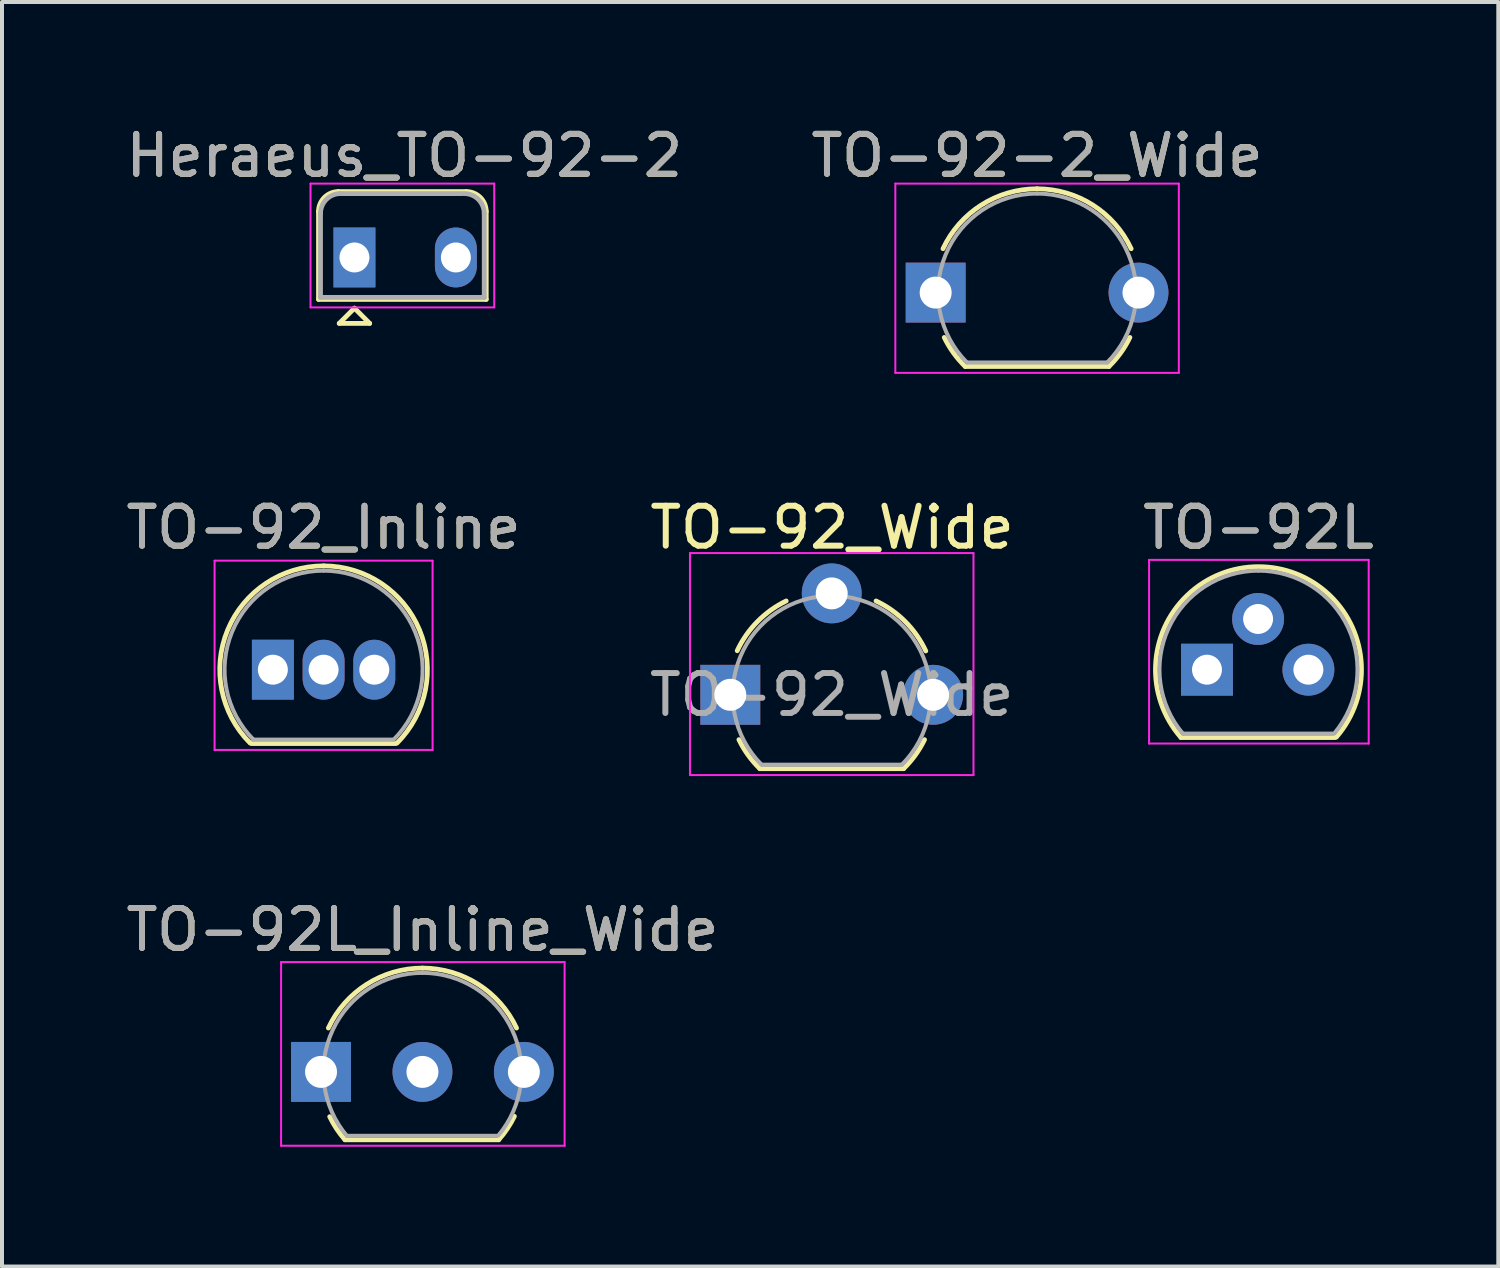
<source format=kicad_pcb>
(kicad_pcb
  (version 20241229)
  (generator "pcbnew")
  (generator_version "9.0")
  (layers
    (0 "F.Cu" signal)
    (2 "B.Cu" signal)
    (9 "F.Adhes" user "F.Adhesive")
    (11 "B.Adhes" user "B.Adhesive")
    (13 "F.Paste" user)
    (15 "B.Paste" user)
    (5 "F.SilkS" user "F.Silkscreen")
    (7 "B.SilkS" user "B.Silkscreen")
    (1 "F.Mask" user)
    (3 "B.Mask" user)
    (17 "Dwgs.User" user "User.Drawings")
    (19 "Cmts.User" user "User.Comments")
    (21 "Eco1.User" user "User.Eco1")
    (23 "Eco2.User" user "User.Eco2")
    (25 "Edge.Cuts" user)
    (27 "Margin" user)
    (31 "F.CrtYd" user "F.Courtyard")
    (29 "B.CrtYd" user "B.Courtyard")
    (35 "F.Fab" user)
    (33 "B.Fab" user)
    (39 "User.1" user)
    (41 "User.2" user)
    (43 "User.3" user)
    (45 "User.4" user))
  (footprint "Heraeus_TO-92-2"
    (layer "F.Cu")
    (at 5.827 3.398)
    (property "Reference" "Heraeus_TO-92-2" (at 1.25 -2.55 0) (layer "F.SilkS") (effects (font (size 1 1) (thickness 0.15))))
    (attr through_hole)
    (fp_line (start -0.9 1.05) (end -0.9 -1.15) (stroke (width 0.12) (type solid)) (layer "F.SilkS"))
    (fp_line (start -0.4 -1.65) (end 2.8 -1.65) (stroke (width 0.12) (type solid)) (layer "F.SilkS"))
    (fp_line (start -0.381 1.651) (end 0.381 1.651) (stroke (width 0.12) (type solid)) (layer "F.SilkS"))
    (fp_line (start 0 1.27) (end -0.381 1.651) (stroke (width 0.12) (type solid)) (layer "F.SilkS"))
    (fp_line (start 0.381 1.651) (end 0 1.27) (stroke (width 0.12) (type solid)) (layer "F.SilkS"))
    (fp_line (start 3.3 -1.15) (end 3.3 1.05) (stroke (width 0.12) (type solid)) (layer "F.SilkS"))
    (fp_line (start 3.3 1.05) (end -0.9 1.05) (stroke (width 0.12) (type solid)) (layer "F.SilkS"))
    (fp_arc (start -0.9 -1.15) (mid -0.753553 -1.503553) (end -0.4 -1.65) (stroke (width 0.12) (type solid)) (layer "F.SilkS"))
    (fp_arc (start 2.8 -1.65) (mid 3.153553 -1.503553) (end 3.3 -1.15) (stroke (width 0.12) (type solid)) (layer "F.SilkS"))
    (fp_line (start -1.1 -1.85) (end -1.1 1.25) (stroke (width 0.05) (type solid)) (layer "F.CrtYd"))
    (fp_line (start -1.1 1.25) (end 3.5 1.25) (stroke (width 0.05) (type solid)) (layer "F.CrtYd"))
    (fp_line (start 3.5 -1.85) (end -1.1 -1.85) (stroke (width 0.05) (type solid)) (layer "F.CrtYd"))
    (fp_line (start 3.5 1.25) (end 3.5 -1.85) (stroke (width 0.05) (type solid)) (layer "F.CrtYd"))
    (fp_line (start -0.85 -1.1) (end -0.85 1) (stroke (width 0.12) (type solid)) (layer "F.Fab"))
    (fp_line (start -0.85 1) (end 3.25 1) (stroke (width 0.12) (type solid)) (layer "F.Fab"))
    (fp_line (start 2.7 -1.6) (end -0.35 -1.6) (stroke (width 0.12) (type solid)) (layer "F.Fab"))
    (fp_line (start 3.25 1) (end 3.25 -1.1) (stroke (width 0.12) (type solid)) (layer "F.Fab"))
    (fp_arc (start -0.85 -1.1) (mid -0.703553 -1.453553) (end -0.35 -1.6) (stroke (width 0.12) (type solid)) (layer "F.Fab"))
    (fp_arc (start 2.75 -1.6) (mid 3.103553 -1.453553) (end 3.25 -1.1) (stroke (width 0.12) (type solid)) (layer "F.Fab"))
    (fp_text user "${REFERENCE}" (at 1.25 -2.55 0) (layer "F.Fab") (effects (font (size 1 1) (thickness 0.15))))
    (pad "1" thru_hole rect (at 0 0 180) (size 1.05 1.5) (drill 0.75) (layers "*.Cu" "*.Mask"))
    (pad "2" thru_hole oval (at 2.54 0 180) (size 1.05 1.5) (drill 0.75) (layers "*.Cu" "*.Mask")))
  (footprint "TO-92_Inline"
    (layer "F.Cu")
    (at 3.784 13.722)
    (property "Reference" "TO-92_Inline" (at 1.27 -3.56 0) (layer "F.SilkS") (effects (font (size 1 1) (thickness 0.15))))
    (attr through_hole)
    (fp_line (start -0.53 1.85) (end 3.07 1.85) (stroke (width 0.12) (type solid)) (layer "F.SilkS"))
    (fp_arc (start -0.568478 1.838478) (mid -1.132087 -0.994977) (end 1.27 -2.6) (stroke (width 0.12) (type solid)) (layer "F.SilkS"))
    (fp_arc (start 1.27 -2.6) (mid 3.672087 -0.994977) (end 3.108478 1.838478) (stroke (width 0.12) (type solid)) (layer "F.SilkS"))
    (fp_line (start -1.46 -2.73) (end -1.46 2.01) (stroke (width 0.05) (type solid)) (layer "F.CrtYd"))
    (fp_line (start -1.46 -2.73) (end 4 -2.73) (stroke (width 0.05) (type solid)) (layer "F.CrtYd"))
    (fp_line (start 4 2.01) (end -1.46 2.01) (stroke (width 0.05) (type solid)) (layer "F.CrtYd"))
    (fp_line (start 4 2.01) (end 4 -2.73) (stroke (width 0.05) (type solid)) (layer "F.CrtYd"))
    (fp_line (start -0.5 1.75) (end 3 1.75) (stroke (width 0.1) (type solid)) (layer "F.Fab"))
    (fp_arc (start -0.483625 1.753625) (mid -1.021221 -0.949055) (end 1.27 -2.48) (stroke (width 0.1) (type solid)) (layer "F.Fab"))
    (fp_arc (start 1.27 -2.48) (mid 3.561221 -0.949055) (end 3.023625 1.753625) (stroke (width 0.1) (type solid)) (layer "F.Fab"))
    (fp_text user "${REFERENCE}" (at 1.27 -3.56 0) (layer "F.Fab") (effects (font (size 1 1) (thickness 0.15))))
    (pad "1" thru_hole rect (at 0 0) (size 1.05 1.5) (drill 0.75) (layers "*.Cu" "*.Mask"))
    (pad "2" thru_hole oval (at 1.27 0) (size 1.05 1.5) (drill 0.75) (layers "*.Cu" "*.Mask"))
    (pad "3" thru_hole oval (at 2.54 0) (size 1.05 1.5) (drill 0.75) (layers "*.Cu" "*.Mask")))
  (footprint "TO-92L"
    (layer "F.Cu")
    (at 27.178 13.722)
    (property "Reference" "TO-92L" (at 1.29 -3.56 0) (layer "F.SilkS") (effects (font (size 1 1) (thickness 0.15))))
    (attr through_hole)
    (fp_line (start -0.65 1.7) (end 3.2 1.7) (stroke (width 0.12) (type solid)) (layer "F.SilkS"))
    (fp_arc (start -0.65 1.7) (mid 1.283448 -2.579449) (end 3.238611 1.690122) (stroke (width 0.12) (type solid)) (layer "F.SilkS"))
    (fp_line (start -1.45 -2.75) (end -1.45 1.85) (stroke (width 0.05) (type solid)) (layer "F.CrtYd"))
    (fp_line (start -1.45 -2.75) (end 4.05 -2.75) (stroke (width 0.05) (type solid)) (layer "F.CrtYd"))
    (fp_line (start 4.05 1.85) (end -1.45 1.85) (stroke (width 0.05) (type solid)) (layer "F.CrtYd"))
    (fp_line (start 4.05 1.85) (end 4.05 -2.75) (stroke (width 0.05) (type solid)) (layer "F.CrtYd"))
    (fp_line (start -0.6 1.6) (end 3.15 1.6) (stroke (width 0.1) (type solid)) (layer "F.Fab"))
    (fp_arc (start -0.602818 1.602385) (mid -0.959924 -1.043188) (end 1.29 -2.48) (stroke (width 0.1) (type solid)) (layer "F.Fab"))
    (fp_arc (start 1.29 -2.48) (mid 3.537211 -1.049019) (end 3.191103 1.592547) (stroke (width 0.1) (type solid)) (layer "F.Fab"))
    (fp_text user "${REFERENCE}" (at 1.29 -3.56 0) (layer "F.Fab") (effects (font (size 1 1) (thickness 0.15))))
    (pad "1" thru_hole rect (at 0 0 90) (size 1.3 1.3) (drill 0.75) (layers "*.Cu" "*.Mask"))
    (pad "2" thru_hole circle (at 1.28 -1.27 90) (size 1.3 1.3) (drill 0.75) (layers "*.Cu" "*.Mask"))
    (pad "3" thru_hole circle (at 2.54 0 90) (size 1.3 1.3) (drill 0.75) (layers "*.Cu" "*.Mask")))
  (footprint "TO-92-2_Wide"
    (layer "F.Cu")
    (at 20.383 4.278)
    (property "Reference" "TO-92-2_Wide" (at 2.54 -3.43 0) (layer "F.SilkS") (effects (font (size 1 1) (thickness 0.15))))
    (attr through_hole)
    (fp_line (start 0.74 1.85) (end 4.34 1.85) (stroke (width 0.12) (type solid)) (layer "F.SilkS"))
    (fp_arc (start 0.1836 -1.098807) (mid 1.143021 -2.192817) (end 2.54 -2.6) (stroke (width 0.12) (type solid)) (layer "F.SilkS"))
    (fp_arc (start 0.74 1.85) (mid 0.446097 1.509328) (end 0.215816 1.122795) (stroke (width 0.12) (type solid)) (layer "F.SilkS"))
    (fp_arc (start 2.54 -2.6) (mid 3.936979 -2.192818) (end 4.8964 -1.098807) (stroke (width 0.12) (type solid)) (layer "F.SilkS"))
    (fp_arc (start 4.864184 1.122795) (mid 4.633903 1.509328) (end 4.34 1.85) (stroke (width 0.12) (type solid)) (layer "F.SilkS"))
    (fp_line (start -1.01 -2.73) (end -1.01 2.01) (stroke (width 0.05) (type solid)) (layer "F.CrtYd"))
    (fp_line (start -1.01 -2.73) (end 6.09 -2.73) (stroke (width 0.05) (type solid)) (layer "F.CrtYd"))
    (fp_line (start 6.09 2.01) (end -1.01 2.01) (stroke (width 0.05) (type solid)) (layer "F.CrtYd"))
    (fp_line (start 6.09 2.01) (end 6.09 -2.73) (stroke (width 0.05) (type solid)) (layer "F.CrtYd"))
    (fp_line (start 0.8 1.75) (end 4.3 1.75) (stroke (width 0.1) (type solid)) (layer "F.Fab"))
    (fp_arc (start 0.786375 1.753625) (mid 0.248779 -0.949055) (end 2.54 -2.48) (stroke (width 0.1) (type solid)) (layer "F.Fab"))
    (fp_arc (start 2.54 -2.48) (mid 4.831221 -0.949055) (end 4.293625 1.753625) (stroke (width 0.1) (type solid)) (layer "F.Fab"))
    (fp_text user "${REFERENCE}" (at 2.54 -3.43 0) (layer "F.Fab") (effects (font (size 1 1) (thickness 0.15))))
    (pad "1" thru_hole rect (at 0 0 90) (size 1.5 1.5) (drill 0.8) (layers "*.Cu" "*.Mask"))
    (pad "2" thru_hole circle (at 5.08 0 90) (size 1.5 1.5) (drill 0.8) (layers "*.Cu" "*.Mask")))
  (footprint "TO-92_Wide"
    (layer "F.Cu")
    (at 15.24 14.351)
    (property "Reference" "TO-92_Wide" (at 2.55 -4.19 0) (layer "F.SilkS") (effects (font (size 1 1) (thickness 0.15))))
    (attr through_hole)
    (fp_line (start 0.74 1.85) (end 4.34 1.85) (stroke (width 0.12) (type solid)) (layer "F.SilkS"))
    (fp_arc (start 0.172801 -1.103842) (mid 0.678995 -1.832692) (end 1.4 -2.35) (stroke (width 0.12) (type solid)) (layer "F.SilkS"))
    (fp_arc (start 0.74 1.85) (mid 0.446097 1.509328) (end 0.215816 1.122795) (stroke (width 0.12) (type solid)) (layer "F.SilkS"))
    (fp_arc (start 3.65 -2.35) (mid 4.382279 -1.833196) (end 4.895458 -1.098371) (stroke (width 0.12) (type solid)) (layer "F.SilkS"))
    (fp_arc (start 4.864184 1.122795) (mid 4.633903 1.509328) (end 4.34 1.85) (stroke (width 0.12) (type solid)) (layer "F.SilkS"))
    (fp_line (start -1.01 -3.55) (end -1.01 2.01) (stroke (width 0.05) (type solid)) (layer "F.CrtYd"))
    (fp_line (start -1.01 -3.55) (end 6.09 -3.55) (stroke (width 0.05) (type solid)) (layer "F.CrtYd"))
    (fp_line (start 6.09 2.01) (end -1.01 2.01) (stroke (width 0.05) (type solid)) (layer "F.CrtYd"))
    (fp_line (start 6.09 2.01) (end 6.09 -3.55) (stroke (width 0.05) (type solid)) (layer "F.CrtYd"))
    (fp_line (start 0.8 1.75) (end 4.3 1.75) (stroke (width 0.1) (type solid)) (layer "F.Fab"))
    (fp_arc (start 0.786375 1.753625) (mid 0.248779 -0.949055) (end 2.54 -2.48) (stroke (width 0.1) (type solid)) (layer "F.Fab"))
    (fp_arc (start 2.54 -2.48) (mid 4.831221 -0.949055) (end 4.293625 1.753625) (stroke (width 0.1) (type solid)) (layer "F.Fab"))
    (fp_text user "${REFERENCE}" (at 2.54 0 0) (layer "F.Fab") (effects (font (size 1 1) (thickness 0.15))))
    (pad "1" thru_hole rect (at 0 0 90) (size 1.5 1.5) (drill 0.8) (layers "*.Cu" "*.Mask"))
    (pad "2" thru_hole circle (at 2.54 -2.54 90) (size 1.5 1.5) (drill 0.8) (layers "*.Cu" "*.Mask"))
    (pad "3" thru_hole circle (at 5.08 0 90) (size 1.5 1.5) (drill 0.8) (layers "*.Cu" "*.Mask")))
  (footprint "TO-92L_Inline_Wide"
    (layer "F.Cu")
    (at 4.99 23.795)
    (property "Reference" "TO-92L_Inline_Wide" (at 2.54 -3.56 0) (layer "F.SilkS") (effects (font (size 1 1) (thickness 0.15))))
    (attr through_hole)
    (fp_line (start 0.6 1.7) (end 4.45 1.7) (stroke (width 0.12) (type solid)) (layer "F.SilkS"))
    (fp_arc (start 0.1836 -1.098807) (mid 1.143021 -2.192817) (end 2.54 -2.6) (stroke (width 0.12) (type solid)) (layer "F.SilkS"))
    (fp_arc (start 0.6 1.7) (mid 0.389183 1.423933) (end 0.217369 1.122045) (stroke (width 0.12) (type solid)) (layer "F.SilkS"))
    (fp_arc (start 2.54 -2.6) (mid 3.936979 -2.192818) (end 4.8964 -1.098807) (stroke (width 0.12) (type solid)) (layer "F.SilkS"))
    (fp_arc (start 4.842383 1.112264) (mid 4.666594 1.419753) (end 4.45 1.7) (stroke (width 0.12) (type solid)) (layer "F.SilkS"))
    (fp_line (start -1 -2.75) (end -1 1.85) (stroke (width 0.05) (type solid)) (layer "F.CrtYd"))
    (fp_line (start -1 -2.75) (end 6.1 -2.75) (stroke (width 0.05) (type solid)) (layer "F.CrtYd"))
    (fp_line (start 6.1 1.85) (end -1 1.85) (stroke (width 0.05) (type solid)) (layer "F.CrtYd"))
    (fp_line (start 6.1 1.85) (end 6.1 -2.75) (stroke (width 0.05) (type solid)) (layer "F.CrtYd"))
    (fp_line (start 0.65 1.6) (end 4.4 1.6) (stroke (width 0.1) (type solid)) (layer "F.Fab"))
    (fp_arc (start 0.647182 1.602385) (mid 0.290076 -1.043188) (end 2.54 -2.48) (stroke (width 0.1) (type solid)) (layer "F.Fab"))
    (fp_arc (start 2.54 -2.48) (mid 4.787211 -1.049019) (end 4.441103 1.592547) (stroke (width 0.1) (type solid)) (layer "F.Fab"))
    (fp_text user "${REFERENCE}" (at 2.54 -3.56 0) (layer "F.Fab") (effects (font (size 1 1) (thickness 0.15))))
    (pad "1" thru_hole rect (at 0 0 90) (size 1.5 1.5) (drill 0.8) (layers "*.Cu" "*.Mask"))
    (pad "2" thru_hole circle (at 2.54 0 90) (size 1.5 1.5) (drill 0.8) (layers "*.Cu" "*.Mask"))
    (pad "3" thru_hole circle (at 5.08 0 90) (size 1.5 1.5) (drill 0.8) (layers "*.Cu" "*.Mask")))
  (gr_rect
    (start -3 -3)
    (end 34.474 28.67)
    (stroke (width 0.1) (type default))
    (fill no)
    (layer "Edge.Cuts")))
</source>
